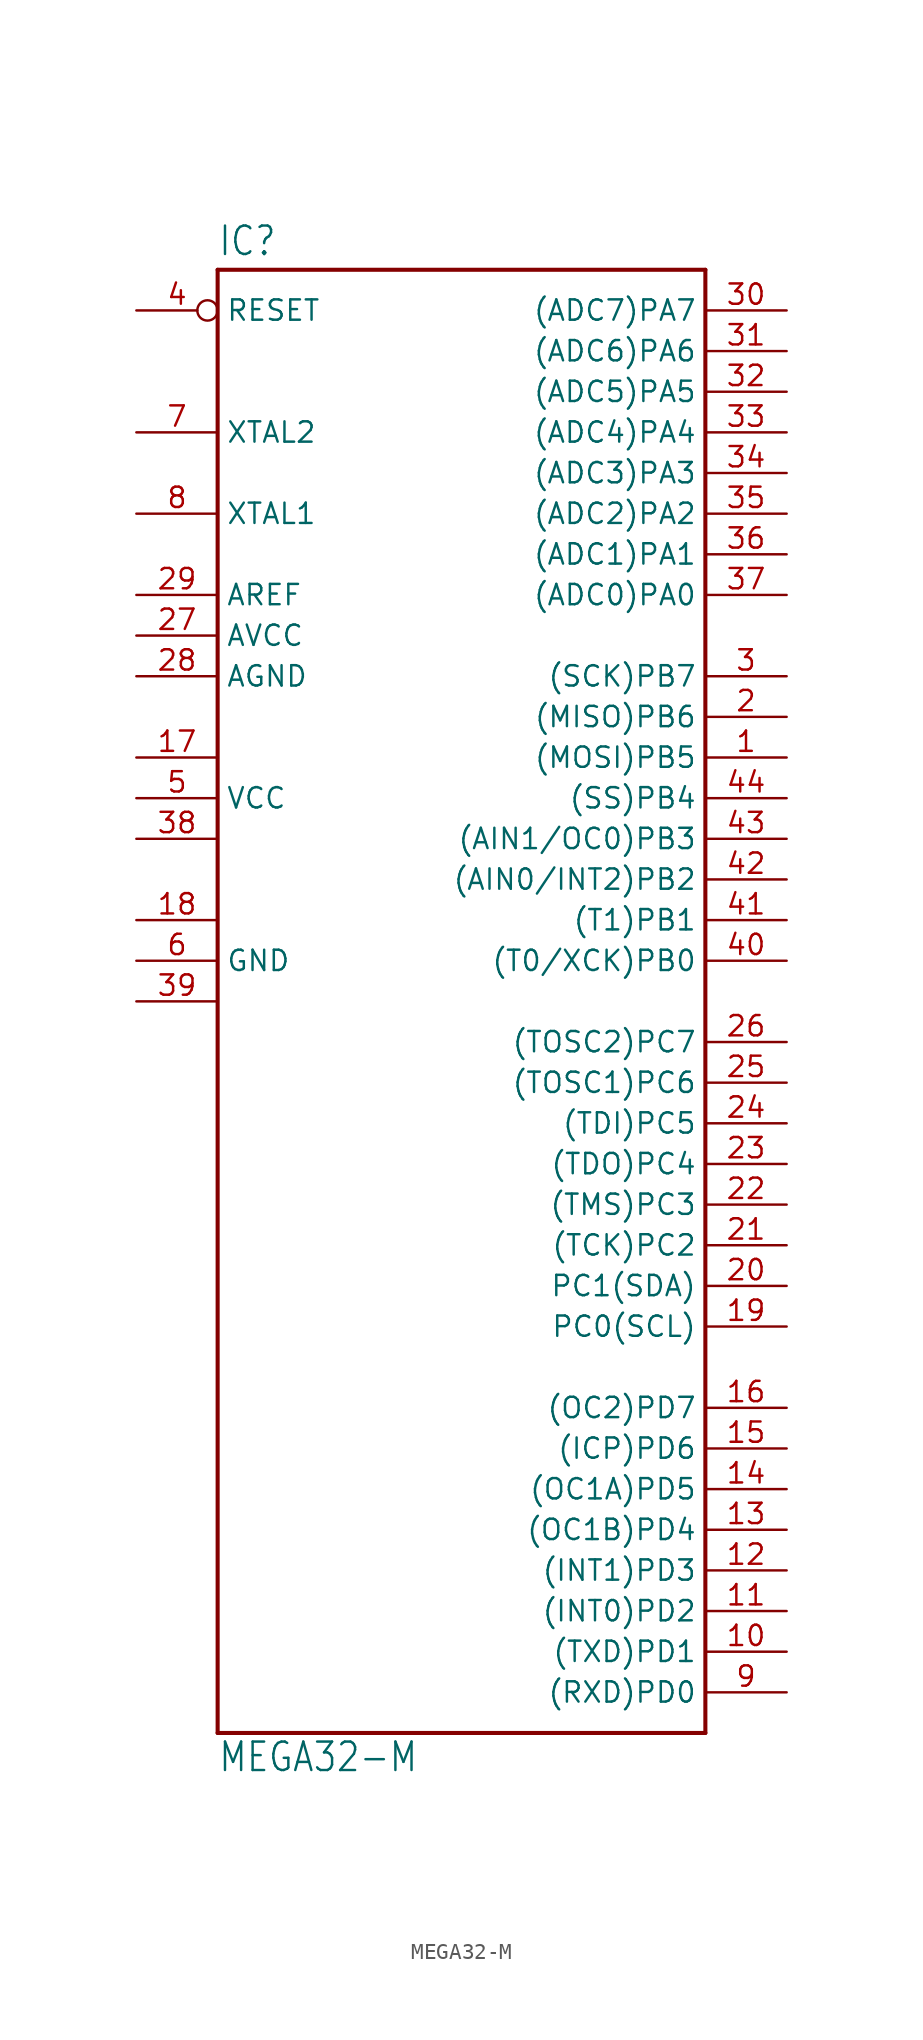
<source format=kicad_sym>
(kicad_symbol_lib
  (version 20211014)
  (generator kicad_symbol_editor)
  (symbol "MEGA32-M"
    (property "Reference" "IC"
      (at -15.24 46.482 0)
      (effects (font (size 1.778 1.511)) (justify left bottom)))
    (property "Value" "MEGA32-M"
      (at -15.24 -48.26 0)
      (effects (font (size 1.778 1.511)) (justify left bottom)))
    (property "ki_locked" ""
      (at 0 0 0)
      (effects (font (size 1.27 1.27))))
    (symbol "MEGA32-M_1_0"
      (polyline (pts (xy -15.24 -45.72) (xy -15.24 45.72)) (stroke (width 0.254) (type default) (color 0 0 0 0)) (fill (type none)))
      (polyline (pts (xy -15.24 45.72) (xy 15.24 45.72)) (stroke (width 0.254) (type default) (color 0 0 0 0)) (fill (type none)))
      (polyline (pts (xy 15.24 -45.72) (xy -15.24 -45.72)) (stroke (width 0.254) (type default) (color 0 0 0 0)) (fill (type none)))
      (polyline (pts (xy 15.24 45.72) (xy 15.24 -45.72)) (stroke (width 0.254) (type default) (color 0 0 0 0)) (fill (type none)))
      (pin bidirectional line (at 20.32 15.24 180) (length 5.08) (name "(MOSI)PB5" (effects (font (size 1.27 1.27)))) (number "1" (effects (font (size 1.27 1.27)))))
      (pin bidirectional line (at 20.32 -40.64 180) (length 5.08) (name "(TXD)PD1" (effects (font (size 1.27 1.27)))) (number "10" (effects (font (size 1.27 1.27)))))
      (pin bidirectional line (at 20.32 -38.1 180) (length 5.08) (name "(INT0)PD2" (effects (font (size 1.27 1.27)))) (number "11" (effects (font (size 1.27 1.27)))))
      (pin bidirectional line (at 20.32 -35.56 180) (length 5.08) (name "(INT1)PD3" (effects (font (size 1.27 1.27)))) (number "12" (effects (font (size 1.27 1.27)))))
      (pin bidirectional line (at 20.32 -33.02 180) (length 5.08) (name "(OC1B)PD4" (effects (font (size 1.27 1.27)))) (number "13" (effects (font (size 1.27 1.27)))))
      (pin bidirectional line (at 20.32 -30.48 180) (length 5.08) (name "(OC1A)PD5" (effects (font (size 1.27 1.27)))) (number "14" (effects (font (size 1.27 1.27)))))
      (pin bidirectional line (at 20.32 -27.94 180) (length 5.08) (name "(ICP)PD6" (effects (font (size 1.27 1.27)))) (number "15" (effects (font (size 1.27 1.27)))))
      (pin bidirectional line (at 20.32 -25.4 180) (length 5.08) (name "(OC2)PD7" (effects (font (size 1.27 1.27)))) (number "16" (effects (font (size 1.27 1.27)))))
      (pin power_in line (at -20.32 15.24 0) (length 5.08) (name "VCC1" (effects (font (size 0 0)))) (number "17" (effects (font (size 1.27 1.27)))))
      (pin power_in line (at -20.32 5.08 0) (length 5.08) (name "GND1" (effects (font (size 0 0)))) (number "18" (effects (font (size 1.27 1.27)))))
      (pin bidirectional line (at 20.32 -20.32 180) (length 5.08) (name "PC0(SCL)" (effects (font (size 1.27 1.27)))) (number "19" (effects (font (size 1.27 1.27)))))
      (pin bidirectional line (at 20.32 17.78 180) (length 5.08) (name "(MISO)PB6" (effects (font (size 1.27 1.27)))) (number "2" (effects (font (size 1.27 1.27)))))
      (pin bidirectional line (at 20.32 -17.78 180) (length 5.08) (name "PC1(SDA)" (effects (font (size 1.27 1.27)))) (number "20" (effects (font (size 1.27 1.27)))))
      (pin bidirectional line (at 20.32 -15.24 180) (length 5.08) (name "(TCK)PC2" (effects (font (size 1.27 1.27)))) (number "21" (effects (font (size 1.27 1.27)))))
      (pin bidirectional line (at 20.32 -12.7 180) (length 5.08) (name "(TMS)PC3" (effects (font (size 1.27 1.27)))) (number "22" (effects (font (size 1.27 1.27)))))
      (pin bidirectional line (at 20.32 -10.16 180) (length 5.08) (name "(TDO)PC4" (effects (font (size 1.27 1.27)))) (number "23" (effects (font (size 1.27 1.27)))))
      (pin bidirectional line (at 20.32 -7.62 180) (length 5.08) (name "(TDI)PC5" (effects (font (size 1.27 1.27)))) (number "24" (effects (font (size 1.27 1.27)))))
      (pin bidirectional line (at 20.32 -5.08 180) (length 5.08) (name "(TOSC1)PC6" (effects (font (size 1.27 1.27)))) (number "25" (effects (font (size 1.27 1.27)))))
      (pin bidirectional line (at 20.32 -2.54 180) (length 5.08) (name "(TOSC2)PC7" (effects (font (size 1.27 1.27)))) (number "26" (effects (font (size 1.27 1.27)))))
      (pin power_in line (at -20.32 22.86 0) (length 5.08) (name "AVCC" (effects (font (size 1.27 1.27)))) (number "27" (effects (font (size 1.27 1.27)))))
      (pin power_in line (at -20.32 20.32 0) (length 5.08) (name "AGND" (effects (font (size 1.27 1.27)))) (number "28" (effects (font (size 1.27 1.27)))))
      (pin power_in line (at -20.32 25.4 0) (length 5.08) (name "AREF" (effects (font (size 1.27 1.27)))) (number "29" (effects (font (size 1.27 1.27)))))
      (pin bidirectional line (at 20.32 20.32 180) (length 5.08) (name "(SCK)PB7" (effects (font (size 1.27 1.27)))) (number "3" (effects (font (size 1.27 1.27)))))
      (pin bidirectional line (at 20.32 43.18 180) (length 5.08) (name "(ADC7)PA7" (effects (font (size 1.27 1.27)))) (number "30" (effects (font (size 1.27 1.27)))))
      (pin bidirectional line (at 20.32 40.64 180) (length 5.08) (name "(ADC6)PA6" (effects (font (size 1.27 1.27)))) (number "31" (effects (font (size 1.27 1.27)))))
      (pin bidirectional line (at 20.32 38.1 180) (length 5.08) (name "(ADC5)PA5" (effects (font (size 1.27 1.27)))) (number "32" (effects (font (size 1.27 1.27)))))
      (pin bidirectional line (at 20.32 35.56 180) (length 5.08) (name "(ADC4)PA4" (effects (font (size 1.27 1.27)))) (number "33" (effects (font (size 1.27 1.27)))))
      (pin bidirectional line (at 20.32 33.02 180) (length 5.08) (name "(ADC3)PA3" (effects (font (size 1.27 1.27)))) (number "34" (effects (font (size 1.27 1.27)))))
      (pin bidirectional line (at 20.32 30.48 180) (length 5.08) (name "(ADC2)PA2" (effects (font (size 1.27 1.27)))) (number "35" (effects (font (size 1.27 1.27)))))
      (pin bidirectional line (at 20.32 27.94 180) (length 5.08) (name "(ADC1)PA1" (effects (font (size 1.27 1.27)))) (number "36" (effects (font (size 1.27 1.27)))))
      (pin bidirectional line (at 20.32 25.4 180) (length 5.08) (name "(ADC0)PA0" (effects (font (size 1.27 1.27)))) (number "37" (effects (font (size 1.27 1.27)))))
      (pin power_in line (at -20.32 10.16 0) (length 5.08) (name "VCC2" (effects (font (size 0 0)))) (number "38" (effects (font (size 1.27 1.27)))))
      (pin power_in line (at -20.32 0 0) (length 5.08) (name "GND2" (effects (font (size 0 0)))) (number "39" (effects (font (size 1.27 1.27)))))
      (pin input inverted (at -20.32 43.18 0) (length 5.08) (name "RESET" (effects (font (size 1.27 1.27)))) (number "4" (effects (font (size 1.27 1.27)))))
      (pin bidirectional line (at 20.32 2.54 180) (length 5.08) (name "(T0/XCK)PB0" (effects (font (size 1.27 1.27)))) (number "40" (effects (font (size 1.27 1.27)))))
      (pin bidirectional line (at 20.32 5.08 180) (length 5.08) (name "(T1)PB1" (effects (font (size 1.27 1.27)))) (number "41" (effects (font (size 1.27 1.27)))))
      (pin bidirectional line (at 20.32 7.62 180) (length 5.08) (name "(AIN0/INT2)PB2" (effects (font (size 1.27 1.27)))) (number "42" (effects (font (size 1.27 1.27)))))
      (pin bidirectional line (at 20.32 10.16 180) (length 5.08) (name "(AIN1/OC0)PB3" (effects (font (size 1.27 1.27)))) (number "43" (effects (font (size 1.27 1.27)))))
      (pin bidirectional line (at 20.32 12.7 180) (length 5.08) (name "(SS)PB4" (effects (font (size 1.27 1.27)))) (number "44" (effects (font (size 1.27 1.27)))))
      (pin power_in line (at -20.32 12.7 0) (length 5.08) (name "VCC" (effects (font (size 1.27 1.27)))) (number "5" (effects (font (size 1.27 1.27)))))
      (pin power_in line (at -20.32 2.54 0) (length 5.08) (name "GND" (effects (font (size 1.27 1.27)))) (number "6" (effects (font (size 1.27 1.27)))))
      (pin bidirectional line (at -20.32 35.56 0) (length 5.08) (name "XTAL2" (effects (font (size 1.27 1.27)))) (number "7" (effects (font (size 1.27 1.27)))))
      (pin bidirectional line (at -20.32 30.48 0) (length 5.08) (name "XTAL1" (effects (font (size 1.27 1.27)))) (number "8" (effects (font (size 1.27 1.27)))))
      (pin bidirectional line (at 20.32 -43.18 180) (length 5.08) (name "(RXD)PD0" (effects (font (size 1.27 1.27)))) (number "9" (effects (font (size 1.27 1.27))))))))
</source>
